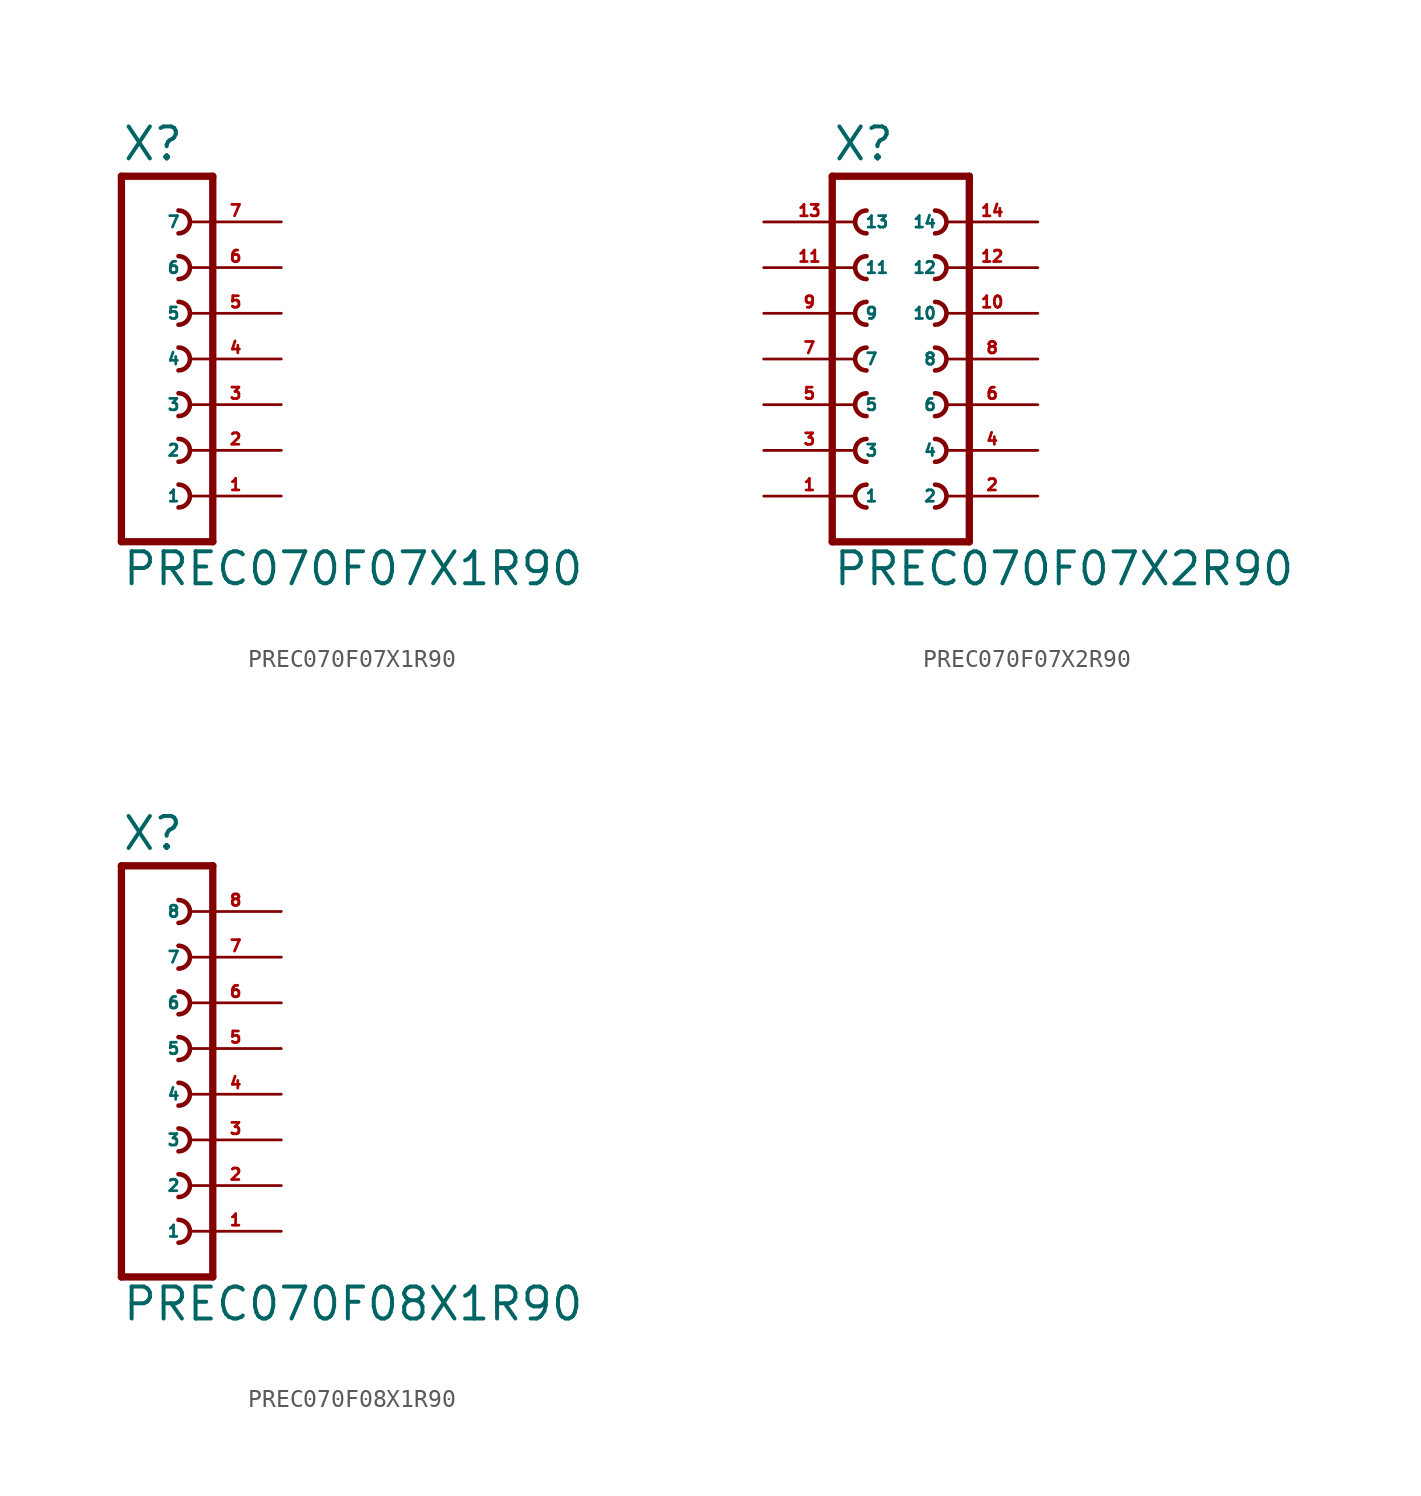
<source format=kicad_sym>
(kicad_symbol_lib
  (version 20220914)
  (generator Eagle2Kicad)
  (symbol "PREC070F07X1R90"
    (property "Reference" "X"
      (at -1.27 10.922 0)
      (effects (font (size 1.778 1.778) (thickness 0.22)) (justify left bottom)))
    (property "Value" "PREC070F07X1R90"
      (at -1.27 -12.7 0)
      (effects (font (size 1.778 1.778) (thickness 0.22)) (justify left bottom)))
    (polyline
      (pts (xy 3.81 -10.16) (xy -1.27 -10.16))
      (stroke (width 0.406) (type default))
      (fill (type none)))
    (arc
      (start 1.905 -3.175)
      (mid 2.540 -2.540)
      (end 1.905 -1.905)
      (stroke (width 0.254) (type default))
      (fill (type none)))
    (arc
      (start 1.905 -5.715)
      (mid 2.540 -5.080)
      (end 1.905 -4.445)
      (stroke (width 0.254) (type default))
      (fill (type none)))
    (arc
      (start 1.905 -8.255)
      (mid 2.540 -7.620)
      (end 1.905 -6.985)
      (stroke (width 0.254) (type default))
      (fill (type none)))
    (polyline
      (pts (xy -1.27 10.16) (xy -1.27 -10.16))
      (stroke (width 0.406) (type default))
      (fill (type none)))
    (polyline
      (pts (xy 3.81 -10.16) (xy 3.81 10.16))
      (stroke (width 0.406) (type default))
      (fill (type none)))
    (polyline
      (pts (xy -1.27 10.16) (xy 3.81 10.16))
      (stroke (width 0.406) (type default))
      (fill (type none)))
    (arc
      (start 1.905 1.905)
      (mid 2.540 2.540)
      (end 1.905 3.175)
      (stroke (width 0.254) (type default))
      (fill (type none)))
    (arc
      (start 1.905 -0.635)
      (mid 2.540 0.000)
      (end 1.905 0.635)
      (stroke (width 0.254) (type default))
      (fill (type none)))
    (arc
      (start 1.905 4.445)
      (mid 2.540 5.080)
      (end 1.905 5.715)
      (stroke (width 0.254) (type default))
      (fill (type none)))
    (arc
      (start 1.905 6.985)
      (mid 2.540 7.620)
      (end 1.905 8.255)
      (stroke (width 0.254) (type default))
      (fill (type none)))
    (pin passive line
      (at 7.62 -7.62 180)
      (length 5.08)
      (name "1" (effects (font (size 0.635 0.635) (thickness 0.08)) (justify left bottom)))
      (number "1" (effects (font (size 0.635 0.635) (thickness 0.08)) (justify left bottom))))
    (pin passive line
      (at 7.62 -5.08 180)
      (length 5.08)
      (name "2" (effects (font (size 0.635 0.635) (thickness 0.08)) (justify left bottom)))
      (number "2" (effects (font (size 0.635 0.635) (thickness 0.08)) (justify left bottom))))
    (pin passive line
      (at 7.62 -2.54 180)
      (length 5.08)
      (name "3" (effects (font (size 0.635 0.635) (thickness 0.08)) (justify left bottom)))
      (number "3" (effects (font (size 0.635 0.635) (thickness 0.08)) (justify left bottom))))
    (pin passive line
      (at 7.62 0 180)
      (length 5.08)
      (name "4" (effects (font (size 0.635 0.635) (thickness 0.08)) (justify left bottom)))
      (number "4" (effects (font (size 0.635 0.635) (thickness 0.08)) (justify left bottom))))
    (pin passive line
      (at 7.62 2.54 180)
      (length 5.08)
      (name "5" (effects (font (size 0.635 0.635) (thickness 0.08)) (justify left bottom)))
      (number "5" (effects (font (size 0.635 0.635) (thickness 0.08)) (justify left bottom))))
    (pin passive line
      (at 7.62 5.08 180)
      (length 5.08)
      (name "6" (effects (font (size 0.635 0.635) (thickness 0.08)) (justify left bottom)))
      (number "6" (effects (font (size 0.635 0.635) (thickness 0.08)) (justify left bottom))))
    (pin passive line
      (at 7.62 7.62 180)
      (length 5.08)
      (name "7" (effects (font (size 0.635 0.635) (thickness 0.08)) (justify left bottom)))
      (number "7" (effects (font (size 0.635 0.635) (thickness 0.08)) (justify left bottom)))))
  (symbol "PREC070F07X2R90"
    (property "Reference" "X"
      (at -3.81 10.922 0)
      (effects (font (size 1.778 1.778) (thickness 0.22)) (justify left bottom)))
    (property "Value" "PREC070F07X2R90"
      (at -3.81 -12.7 0)
      (effects (font (size 1.778 1.778) (thickness 0.22)) (justify left bottom)))
    (polyline
      (pts (xy 3.81 -10.16) (xy -3.81 -10.16))
      (stroke (width 0.406) (type default))
      (fill (type none)))
    (arc
      (start -1.905 -1.905)
      (mid -2.540 -2.540)
      (end -1.905 -3.175)
      (stroke (width 0.254) (type default))
      (fill (type none)))
    (arc
      (start -1.905 -4.445)
      (mid -2.540 -5.080)
      (end -1.905 -5.715)
      (stroke (width 0.254) (type default))
      (fill (type none)))
    (arc
      (start -1.905 -6.985)
      (mid -2.540 -7.620)
      (end -1.905 -8.255)
      (stroke (width 0.254) (type default))
      (fill (type none)))
    (arc
      (start 1.905 -3.175)
      (mid 2.540 -2.540)
      (end 1.905 -1.905)
      (stroke (width 0.254) (type default))
      (fill (type none)))
    (arc
      (start 1.905 -5.715)
      (mid 2.540 -5.080)
      (end 1.905 -4.445)
      (stroke (width 0.254) (type default))
      (fill (type none)))
    (arc
      (start 1.905 -8.255)
      (mid 2.540 -7.620)
      (end 1.905 -6.985)
      (stroke (width 0.254) (type default))
      (fill (type none)))
    (arc
      (start -1.905 3.175)
      (mid -2.540 2.540)
      (end -1.905 1.905)
      (stroke (width 0.254) (type default))
      (fill (type none)))
    (arc
      (start -1.905 0.635)
      (mid -2.540 0.000)
      (end -1.905 -0.635)
      (stroke (width 0.254) (type default))
      (fill (type none)))
    (arc
      (start 1.905 1.905)
      (mid 2.540 2.540)
      (end 1.905 3.175)
      (stroke (width 0.254) (type default))
      (fill (type none)))
    (arc
      (start 1.905 -0.635)
      (mid 2.540 0.000)
      (end 1.905 0.635)
      (stroke (width 0.254) (type default))
      (fill (type none)))
    (arc
      (start -1.905 8.255)
      (mid -2.540 7.620)
      (end -1.905 6.985)
      (stroke (width 0.254) (type default))
      (fill (type none)))
    (arc
      (start -1.905 5.715)
      (mid -2.540 5.080)
      (end -1.905 4.445)
      (stroke (width 0.254) (type default))
      (fill (type none)))
    (arc
      (start 1.905 6.985)
      (mid 2.540 7.620)
      (end 1.905 8.255)
      (stroke (width 0.254) (type default))
      (fill (type none)))
    (arc
      (start 1.905 4.445)
      (mid 2.540 5.080)
      (end 1.905 5.715)
      (stroke (width 0.254) (type default))
      (fill (type none)))
    (polyline
      (pts (xy -3.81 10.16) (xy -3.81 -10.16))
      (stroke (width 0.406) (type default))
      (fill (type none)))
    (polyline
      (pts (xy 3.81 -10.16) (xy 3.81 10.16))
      (stroke (width 0.406) (type default))
      (fill (type none)))
    (polyline
      (pts (xy -3.81 10.16) (xy 3.81 10.16))
      (stroke (width 0.406) (type default))
      (fill (type none)))
    (pin passive line
      (at -7.62 -7.62 0)
      (length 5.08)
      (name "1" (effects (font (size 0.635 0.635) (thickness 0.08)) (justify left bottom)))
      (number "1" (effects (font (size 0.635 0.635) (thickness 0.08)) (justify left bottom))))
    (pin passive line
      (at -7.62 -5.08 0)
      (length 5.08)
      (name "3" (effects (font (size 0.635 0.635) (thickness 0.08)) (justify left bottom)))
      (number "3" (effects (font (size 0.635 0.635) (thickness 0.08)) (justify left bottom))))
    (pin passive line
      (at -7.62 -2.54 0)
      (length 5.08)
      (name "5" (effects (font (size 0.635 0.635) (thickness 0.08)) (justify left bottom)))
      (number "5" (effects (font (size 0.635 0.635) (thickness 0.08)) (justify left bottom))))
    (pin passive line
      (at 7.62 -7.62 180)
      (length 5.08)
      (name "2" (effects (font (size 0.635 0.635) (thickness 0.08)) (justify left bottom)))
      (number "2" (effects (font (size 0.635 0.635) (thickness 0.08)) (justify left bottom))))
    (pin passive line
      (at 7.62 -5.08 180)
      (length 5.08)
      (name "4" (effects (font (size 0.635 0.635) (thickness 0.08)) (justify left bottom)))
      (number "4" (effects (font (size 0.635 0.635) (thickness 0.08)) (justify left bottom))))
    (pin passive line
      (at 7.62 -2.54 180)
      (length 5.08)
      (name "6" (effects (font (size 0.635 0.635) (thickness 0.08)) (justify left bottom)))
      (number "6" (effects (font (size 0.635 0.635) (thickness 0.08)) (justify left bottom))))
    (pin passive line
      (at -7.62 0 0)
      (length 5.08)
      (name "7" (effects (font (size 0.635 0.635) (thickness 0.08)) (justify left bottom)))
      (number "7" (effects (font (size 0.635 0.635) (thickness 0.08)) (justify left bottom))))
    (pin passive line
      (at -7.62 2.54 0)
      (length 5.08)
      (name "9" (effects (font (size 0.635 0.635) (thickness 0.08)) (justify left bottom)))
      (number "9" (effects (font (size 0.635 0.635) (thickness 0.08)) (justify left bottom))))
    (pin passive line
      (at 7.62 0 180)
      (length 5.08)
      (name "8" (effects (font (size 0.635 0.635) (thickness 0.08)) (justify left bottom)))
      (number "8" (effects (font (size 0.635 0.635) (thickness 0.08)) (justify left bottom))))
    (pin passive line
      (at 7.62 2.54 180)
      (length 5.08)
      (name "10" (effects (font (size 0.635 0.635) (thickness 0.08)) (justify left bottom)))
      (number "10" (effects (font (size 0.635 0.635) (thickness 0.08)) (justify left bottom))))
    (pin passive line
      (at -7.62 5.08 0)
      (length 5.08)
      (name "11" (effects (font (size 0.635 0.635) (thickness 0.08)) (justify left bottom)))
      (number "11" (effects (font (size 0.635 0.635) (thickness 0.08)) (justify left bottom))))
    (pin passive line
      (at -7.62 7.62 0)
      (length 5.08)
      (name "13" (effects (font (size 0.635 0.635) (thickness 0.08)) (justify left bottom)))
      (number "13" (effects (font (size 0.635 0.635) (thickness 0.08)) (justify left bottom))))
    (pin passive line
      (at 7.62 5.08 180)
      (length 5.08)
      (name "12" (effects (font (size 0.635 0.635) (thickness 0.08)) (justify left bottom)))
      (number "12" (effects (font (size 0.635 0.635) (thickness 0.08)) (justify left bottom))))
    (pin passive line
      (at 7.62 7.62 180)
      (length 5.08)
      (name "14" (effects (font (size 0.635 0.635) (thickness 0.08)) (justify left bottom)))
      (number "14" (effects (font (size 0.635 0.635) (thickness 0.08)) (justify left bottom)))))
  (symbol "PREC070F08X1R90"
    (property "Reference" "X"
      (at -1.27 13.462 0)
      (effects (font (size 1.778 1.778) (thickness 0.22)) (justify left bottom)))
    (property "Value" "PREC070F08X1R90"
      (at -1.27 -12.7 0)
      (effects (font (size 1.778 1.778) (thickness 0.22)) (justify left bottom)))
    (polyline
      (pts (xy 3.81 -10.16) (xy -1.27 -10.16))
      (stroke (width 0.406) (type default))
      (fill (type none)))
    (arc
      (start 1.905 -3.175)
      (mid 2.540 -2.540)
      (end 1.905 -1.905)
      (stroke (width 0.254) (type default))
      (fill (type none)))
    (arc
      (start 1.905 -5.715)
      (mid 2.540 -5.080)
      (end 1.905 -4.445)
      (stroke (width 0.254) (type default))
      (fill (type none)))
    (arc
      (start 1.905 -8.255)
      (mid 2.540 -7.620)
      (end 1.905 -6.985)
      (stroke (width 0.254) (type default))
      (fill (type none)))
    (arc
      (start 1.905 1.905)
      (mid 2.540 2.540)
      (end 1.905 3.175)
      (stroke (width 0.254) (type default))
      (fill (type none)))
    (arc
      (start 1.905 -0.635)
      (mid 2.540 0.000)
      (end 1.905 0.635)
      (stroke (width 0.254) (type default))
      (fill (type none)))
    (arc
      (start 1.905 9.525)
      (mid 2.540 10.160)
      (end 1.905 10.795)
      (stroke (width 0.254) (type default))
      (fill (type none)))
    (arc
      (start 1.905 6.985)
      (mid 2.540 7.620)
      (end 1.905 8.255)
      (stroke (width 0.254) (type default))
      (fill (type none)))
    (arc
      (start 1.905 4.445)
      (mid 2.540 5.080)
      (end 1.905 5.715)
      (stroke (width 0.254) (type default))
      (fill (type none)))
    (polyline
      (pts (xy -1.27 12.7) (xy -1.27 -10.16))
      (stroke (width 0.406) (type default))
      (fill (type none)))
    (polyline
      (pts (xy 3.81 -10.16) (xy 3.81 12.7))
      (stroke (width 0.406) (type default))
      (fill (type none)))
    (polyline
      (pts (xy -1.27 12.7) (xy 3.81 12.7))
      (stroke (width 0.406) (type default))
      (fill (type none)))
    (pin passive line
      (at 7.62 -7.62 180)
      (length 5.08)
      (name "1" (effects (font (size 0.635 0.635) (thickness 0.08)) (justify left bottom)))
      (number "1" (effects (font (size 0.635 0.635) (thickness 0.08)) (justify left bottom))))
    (pin passive line
      (at 7.62 -5.08 180)
      (length 5.08)
      (name "2" (effects (font (size 0.635 0.635) (thickness 0.08)) (justify left bottom)))
      (number "2" (effects (font (size 0.635 0.635) (thickness 0.08)) (justify left bottom))))
    (pin passive line
      (at 7.62 -2.54 180)
      (length 5.08)
      (name "3" (effects (font (size 0.635 0.635) (thickness 0.08)) (justify left bottom)))
      (number "3" (effects (font (size 0.635 0.635) (thickness 0.08)) (justify left bottom))))
    (pin passive line
      (at 7.62 0 180)
      (length 5.08)
      (name "4" (effects (font (size 0.635 0.635) (thickness 0.08)) (justify left bottom)))
      (number "4" (effects (font (size 0.635 0.635) (thickness 0.08)) (justify left bottom))))
    (pin passive line
      (at 7.62 2.54 180)
      (length 5.08)
      (name "5" (effects (font (size 0.635 0.635) (thickness 0.08)) (justify left bottom)))
      (number "5" (effects (font (size 0.635 0.635) (thickness 0.08)) (justify left bottom))))
    (pin passive line
      (at 7.62 5.08 180)
      (length 5.08)
      (name "6" (effects (font (size 0.635 0.635) (thickness 0.08)) (justify left bottom)))
      (number "6" (effects (font (size 0.635 0.635) (thickness 0.08)) (justify left bottom))))
    (pin passive line
      (at 7.62 7.62 180)
      (length 5.08)
      (name "7" (effects (font (size 0.635 0.635) (thickness 0.08)) (justify left bottom)))
      (number "7" (effects (font (size 0.635 0.635) (thickness 0.08)) (justify left bottom))))
    (pin passive line
      (at 7.62 10.16 180)
      (length 5.08)
      (name "8" (effects (font (size 0.635 0.635) (thickness 0.08)) (justify left bottom)))
      (number "8" (effects (font (size 0.635 0.635) (thickness 0.08)) (justify left bottom))))))
</source>
